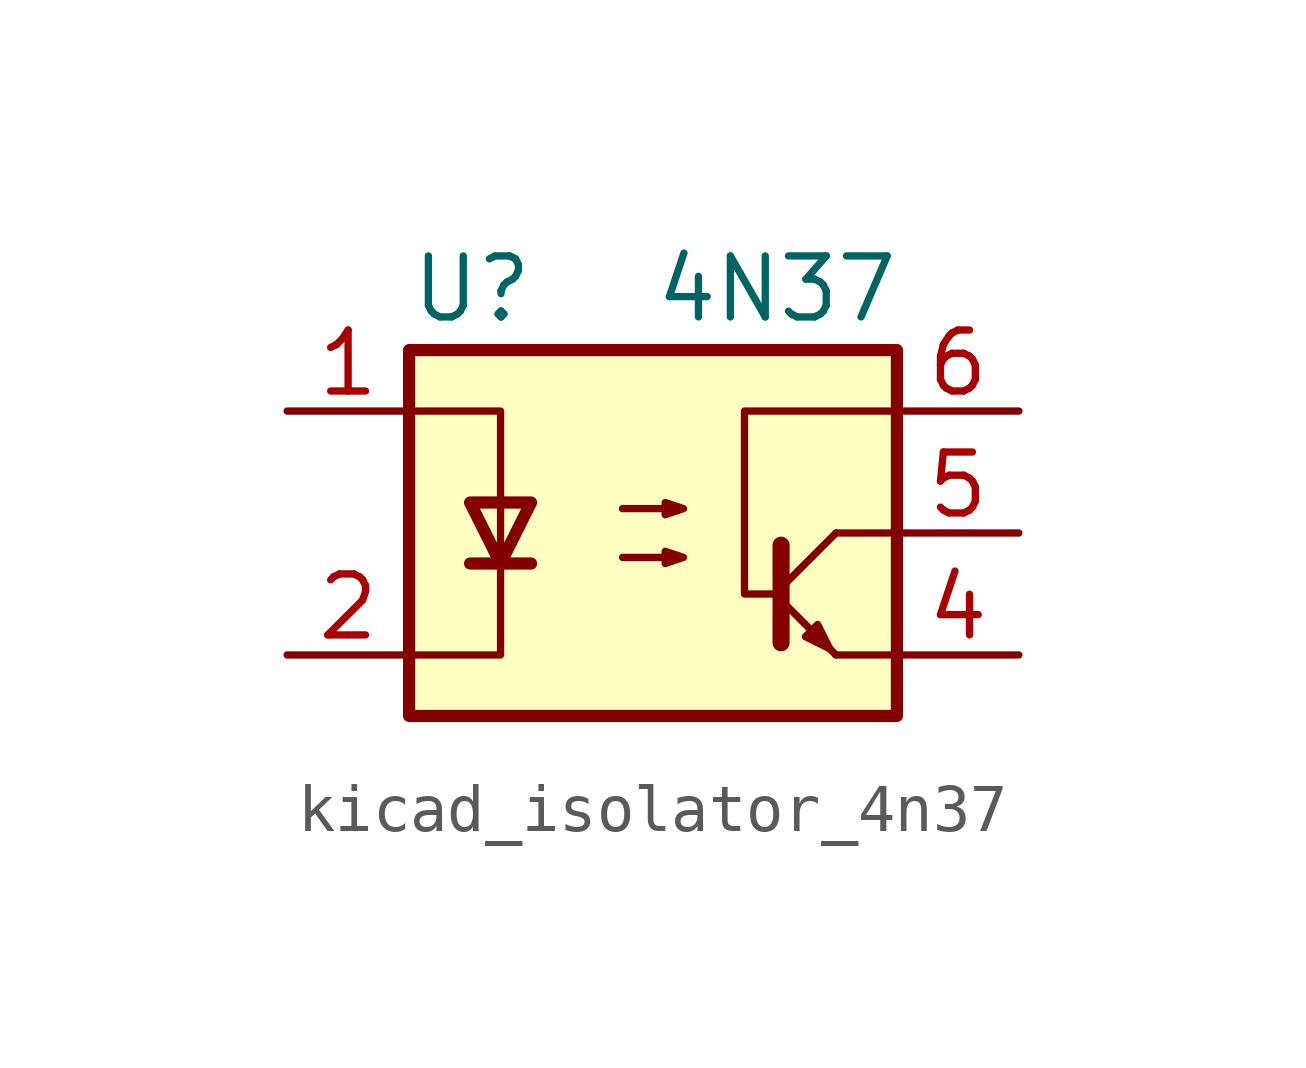
<source format=kicad_sym>
(kicad_symbol_lib
  (version 20220914)
  (generator kicad_symbol_editor)
  (symbol "kicad_isolator_4n37"
    (pin_names
      (offset 1.016))
    (property "Reference" "U"
      (at -5.08 5.08 0)
      (effects (font (size 1.27 1.27)) (justify left)))
    (property "Value" "4N37"
      (at 0 5.08 0)
      (effects (font (size 1.27 1.27)) (justify left)))
    (symbol "kicad_isolator_4n37_0_1"
      (rectangle (start -5.08 3.81) (end 5.08 -3.81) (stroke (width 0.254) (type default)) (fill (type background)))
      (polyline (pts (xy -3.81 -0.635) (xy -2.54 -0.635)) (stroke (width 0.254) (type default)) (fill (type none)))
      (polyline (pts (xy 2.667 -1.397) (xy 3.81 -2.54)) (stroke (width 0) (type default)) (fill (type none)))
      (polyline (pts (xy 2.667 -1.143) (xy 3.81 0)) (stroke (width 0) (type default)) (fill (type none)))
      (polyline (pts (xy 3.81 -2.54) (xy 5.08 -2.54)) (stroke (width 0) (type default)) (fill (type none)))
      (polyline (pts (xy 3.81 0) (xy 5.08 0)) (stroke (width 0) (type default)) (fill (type none)))
      (polyline (pts (xy 2.667 -0.254) (xy 2.667 -2.286) (xy 2.667 -2.286)) (stroke (width 0.356) (type default)) (fill (type none)))
      (polyline (pts (xy -5.08 -2.54) (xy -3.175 -2.54) (xy -3.175 2.54) (xy -5.08 2.54)) (stroke (width 0) (type default)) (fill (type none)))
      (polyline (pts (xy -3.175 -0.635) (xy -3.81 0.635) (xy -2.54 0.635) (xy -3.175 -0.635)) (stroke (width 0.254) (type default)) (fill (type none)))
      (polyline (pts (xy 3.683 -2.413) (xy 3.429 -1.905) (xy 3.175 -2.159) (xy 3.683 -2.413)) (stroke (width 0) (type default)) (fill (type none)))
      (polyline (pts (xy 5.08 2.54) (xy 1.905 2.54) (xy 1.905 -1.27) (xy 2.54 -1.27)) (stroke (width 0) (type default)) (fill (type none)))
      (polyline (pts (xy -0.635 -0.508) (xy 0.635 -0.508) (xy 0.254 -0.635) (xy 0.254 -0.381) (xy 0.635 -0.508)) (stroke (width 0) (type default)) (fill (type none)))
      (polyline (pts (xy -0.635 0.508) (xy 0.635 0.508) (xy 0.254 0.381) (xy 0.254 0.635) (xy 0.635 0.508)) (stroke (width 0) (type default)) (fill (type none))))
    (symbol "kicad_isolator_4n37_1_1"
      (pin passive line (at -7.62 2.54 0) (length 2.54) (name "~" (effects (font (size 1.27 1.27)))) (number "1" (effects (font (size 1.27 1.27)))))
      (pin passive line (at -7.62 -2.54 0) (length 2.54) (name "~" (effects (font (size 1.27 1.27)))) (number "2" (effects (font (size 1.27 1.27)))))
      (pin no_connect line (at -5.08 0 0) (length 2.54) hide (name "NC" (effects (font (size 1.27 1.27)))) (number "3" (effects (font (size 1.27 1.27)))))
      (pin passive line (at 7.62 -2.54 180) (length 2.54) (name "~" (effects (font (size 1.27 1.27)))) (number "4" (effects (font (size 1.27 1.27)))))
      (pin passive line (at 7.62 0 180) (length 2.54) (name "~" (effects (font (size 1.27 1.27)))) (number "5" (effects (font (size 1.27 1.27)))))
      (pin passive line (at 7.62 2.54 180) (length 2.54) (name "~" (effects (font (size 1.27 1.27)))) (number "6" (effects (font (size 1.27 1.27))))))))
</source>
